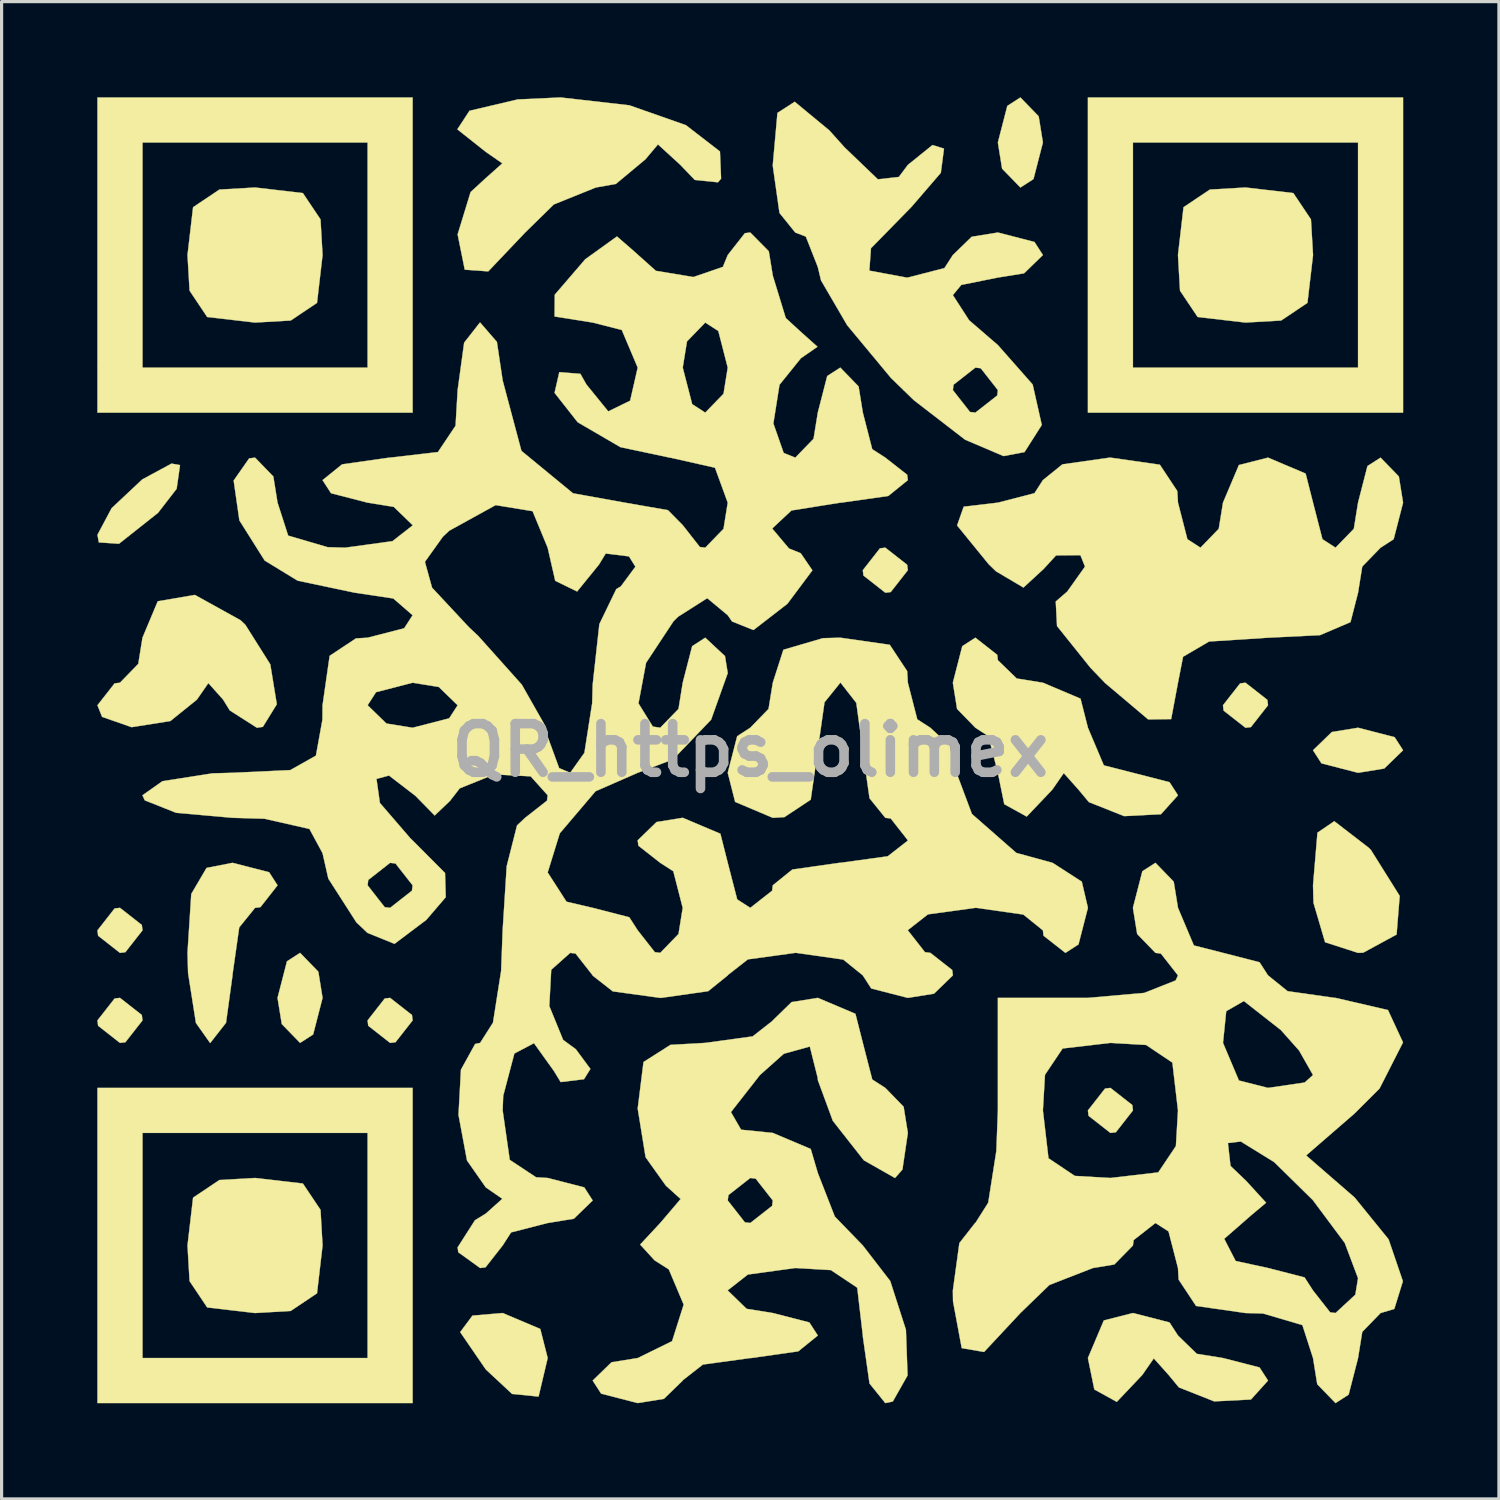
<source format=kicad_pcb>
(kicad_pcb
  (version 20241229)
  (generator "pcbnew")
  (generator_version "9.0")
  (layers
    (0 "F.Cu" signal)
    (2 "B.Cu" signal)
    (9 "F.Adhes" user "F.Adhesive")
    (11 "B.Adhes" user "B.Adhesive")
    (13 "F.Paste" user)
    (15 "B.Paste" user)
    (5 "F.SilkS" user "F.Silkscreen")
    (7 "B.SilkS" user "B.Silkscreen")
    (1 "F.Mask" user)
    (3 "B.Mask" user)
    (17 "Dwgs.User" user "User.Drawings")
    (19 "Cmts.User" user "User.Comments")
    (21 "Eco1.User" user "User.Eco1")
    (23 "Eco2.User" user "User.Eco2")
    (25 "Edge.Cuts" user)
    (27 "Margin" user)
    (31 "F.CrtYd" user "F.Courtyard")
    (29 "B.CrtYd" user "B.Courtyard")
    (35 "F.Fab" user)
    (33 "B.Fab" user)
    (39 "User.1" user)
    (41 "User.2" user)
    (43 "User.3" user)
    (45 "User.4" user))
  (footprint "QR_https_olimex"
    (layer "F.Cu")
    (at 20.466 20.466)
    (property "Reference" "QR_https_olimex" (at 0 0 0) (layer "F.Fab") (effects (font (size 1.524 1.524) (thickness 0.3))))
    (attr through_hole)
    (fp_poly (pts (xy -19.071 5.476) (xy -19.05 5.644) (xy -19.587 6.329) (xy -19.756 6.35) (xy -20.441 5.813) (xy -20.461 5.644) (xy -19.924 4.959) (xy -19.756 4.939) (xy -19.071 5.476)) (stroke (width 0.01) (type solid)) (fill yes) (layer "F.SilkS"))
    (fp_poly (pts (xy -19.071 8.298) (xy -19.05 8.467) (xy -19.587 9.152) (xy -19.756 9.172) (xy -20.441 8.635) (xy -20.461 8.467) (xy -19.924 7.782) (xy -19.756 7.761) (xy -19.071 8.298)) (stroke (width 0.01) (type solid)) (fill yes) (layer "F.SilkS"))
    (fp_poly (pts (xy -13.538 6.941) (xy -13.406 7.761) (xy -13.701 8.908) (xy -14.111 9.172) (xy -14.684 8.581) (xy -14.817 7.761) (xy -14.521 6.615) (xy -14.111 6.35) (xy -13.538 6.941)) (stroke (width 0.01) (type solid)) (fill yes) (layer "F.SilkS"))
    (fp_poly (pts (xy -10.604 8.298) (xy -10.583 8.467) (xy -11.12 9.152) (xy -11.289 9.172) (xy -11.974 8.635) (xy -11.994 8.467) (xy -11.458 7.782) (xy -11.289 7.761) (xy -10.604 8.298)) (stroke (width 0.01) (type solid)) (fill yes) (layer "F.SilkS"))
    (fp_poly (pts (xy -6.582 18.138) (xy -6.35 19.05) (xy -6.636 20.258) (xy -7.465 20.175) (xy -8.29 19.406) (xy -9.092 18.237) (xy -8.707 17.72) (xy -7.761 17.639) (xy -6.582 18.138)) (stroke (width 0.01) (type solid)) (fill yes) (layer "F.SilkS"))
    (fp_poly (pts (xy 4.918 -5.813) (xy 4.939 -5.644) (xy 4.402 -4.959) (xy 4.233 -4.939) (xy 3.548 -5.476) (xy 3.528 -5.644) (xy 4.065 -6.329) (xy 4.233 -6.35) (xy 4.918 -5.813)) (stroke (width 0.01) (type solid)) (fill yes) (layer "F.SilkS"))
    (fp_poly (pts (xy 9.04 -19.87) (xy 9.172 -19.05) (xy 8.877 -17.903) (xy 8.467 -17.639) (xy 7.893 -18.23) (xy 7.761 -19.05) (xy 8.057 -20.197) (xy 8.467 -20.461) (xy 9.04 -19.87)) (stroke (width 0.01) (type solid)) (fill yes) (layer "F.SilkS"))
    (fp_poly (pts (xy 11.974 11.12) (xy 11.994 11.289) (xy 11.458 11.974) (xy 11.289 11.994) (xy 10.604 11.458) (xy 10.583 11.289) (xy 11.12 10.604) (xy 11.289 10.583) (xy 11.974 11.12)) (stroke (width 0.01) (type solid)) (fill yes) (layer "F.SilkS"))
    (fp_poly (pts (xy 16.207 -1.58) (xy 16.228 -1.411) (xy 15.691 -0.726) (xy 15.522 -0.706) (xy 14.837 -1.242) (xy 14.817 -1.411) (xy 15.354 -2.096) (xy 15.522 -2.117) (xy 16.207 -1.58)) (stroke (width 0.01) (type solid)) (fill yes) (layer "F.SilkS"))
    (fp_poly (pts (xy 20.197 -0.41) (xy 20.461 0) (xy 19.87 0.573) (xy 19.05 0.706) (xy 17.903 0.41) (xy 17.639 0) (xy 18.23 -0.573) (xy 19.05 -0.706) (xy 20.197 -0.41)) (stroke (width 0.01) (type solid)) (fill yes) (layer "F.SilkS"))
    (fp_poly (pts (xy -17.874 -8.937) (xy -17.979 -8.197) (xy -18.563 -7.442) (xy -19.787 -6.473) (xy -20.418 -6.515) (xy -20.461 -6.753) (xy -20.017 -7.588) (xy -19.057 -8.489) (xy -18.139 -8.985) (xy -17.874 -8.937)) (stroke (width 0.01) (type solid)) (fill yes) (layer "F.SilkS"))
    (fp_poly (pts (xy -10.583 -10.583) (xy -20.461 -10.583) (xy -20.461 -19.05) (xy -19.05 -19.05) (xy -19.05 -11.994) (xy -11.994 -11.994) (xy -11.994 -19.05) (xy -19.05 -19.05) (xy -20.461 -19.05) (xy -20.461 -20.461) (xy -10.583 -20.461) (xy -10.583 -10.583)) (stroke (width 0.01) (type solid)) (fill yes) (layer "F.SilkS"))
    (fp_poly (pts (xy -10.583 20.461) (xy -20.461 20.461) (xy -20.461 11.994) (xy -19.05 11.994) (xy -19.05 19.05) (xy -11.994 19.05) (xy -11.994 11.994) (xy -19.05 11.994) (xy -20.461 11.994) (xy -20.461 10.583) (xy -10.583 10.583) (xy -10.583 20.461)) (stroke (width 0.01) (type solid)) (fill yes) (layer "F.SilkS"))
    (fp_poly (pts (xy 19.386 3.057) (xy 19.453 3.125) (xy 20.355 4.565) (xy 20.258 5.775) (xy 19.212 6.344) (xy 19.05 6.35) (xy 18.017 6.017) (xy 17.653 4.78) (xy 17.639 4.233) (xy 17.778 2.583) (xy 18.305 2.224) (xy 19.386 3.057)) (stroke (width 0.01) (type solid)) (fill yes) (layer "F.SilkS"))
    (fp_poly (pts (xy 20.461 -10.583) (xy 10.583 -10.583) (xy 10.583 -19.05) (xy 11.994 -19.05) (xy 11.994 -11.994) (xy 19.05 -11.994) (xy 19.05 -19.05) (xy 11.994 -19.05) (xy 10.583 -19.05) (xy 10.583 -20.461) (xy 20.461 -20.461) (xy 20.461 -10.583)) (stroke (width 0.01) (type solid)) (fill yes) (layer "F.SilkS"))
    (fp_poly (pts (xy -14.023 -17.464) (xy -13.47 -16.639) (xy -13.406 -15.522) (xy -13.58 -14.023) (xy -14.405 -13.47) (xy -15.522 -13.406) (xy -17.021 -13.58) (xy -17.574 -14.405) (xy -17.639 -15.522) (xy -17.464 -17.021) (xy -16.639 -17.574) (xy -15.522 -17.639) (xy -14.023 -17.464)) (stroke (width 0.01) (type solid)) (fill yes) (layer "F.SilkS"))
    (fp_poly (pts (xy -14.023 13.58) (xy -13.47 14.405) (xy -13.406 15.522) (xy -13.58 17.021) (xy -14.405 17.574) (xy -15.522 17.639) (xy -17.021 17.464) (xy -17.574 16.639) (xy -17.639 15.522) (xy -17.464 14.023) (xy -16.639 13.47) (xy -15.522 13.406) (xy -14.023 13.58)) (stroke (width 0.01) (type solid)) (fill yes) (layer "F.SilkS"))
    (fp_poly (pts (xy 17.021 -17.464) (xy 17.574 -16.639) (xy 17.639 -15.522) (xy 17.464 -14.023) (xy 16.639 -13.47) (xy 15.522 -13.406) (xy 14.023 -13.58) (xy 13.47 -14.405) (xy 13.406 -15.522) (xy 13.58 -17.021) (xy 14.405 -17.574) (xy 15.522 -17.639) (xy 17.021 -17.464)) (stroke (width 0.01) (type solid)) (fill yes) (layer "F.SilkS"))
    (fp_poly (pts (xy -15.081 3.823) (xy -14.817 4.233) (xy -15.354 4.918) (xy -15.522 4.939) (xy -16.018 5.552) (xy -16.228 7.029) (xy -16.228 7.056) (xy -16.432 8.542) (xy -16.925 9.172) (xy -16.933 9.172) (xy -17.375 8.546) (xy -17.621 6.983) (xy -17.639 6.35) (xy -17.521 4.504) (xy -17.042 3.688) (xy -16.228 3.528) (xy -15.081 3.823)) (stroke (width 0.01) (type solid)) (fill yes) (layer "F.SilkS"))
    (fp_poly (pts (xy 13.141 17.934) (xy 13.406 18.344) (xy 13.996 18.918) (xy 14.817 19.05) (xy 15.963 19.345) (xy 16.228 19.756) (xy 15.694 20.349) (xy 14.541 20.408) (xy 13.435 19.97) (xy 13.112 19.579) (xy 12.648 19.06) (xy 12.288 19.579) (xy 11.488 20.423) (xy 10.784 20.034) (xy 10.583 19.05) (xy 11.082 17.871) (xy 11.994 17.639) (xy 13.141 17.934)) (stroke (width 0.01) (type solid)) (fill yes) (layer "F.SilkS"))
    (fp_poly (pts (xy -15.974 -4.074) (xy -15.825 -3.931) (xy -15.044 -2.692) (xy -14.84 -1.442) (xy -15.277 -0.734) (xy -15.463 -0.706) (xy -16.314 -1.249) (xy -16.522 -1.587) (xy -16.985 -2.106) (xy -17.345 -1.587) (xy -18.177 -0.916) (xy -19.391 -0.724) (xy -20.316 -1.047) (xy -20.461 -1.411) (xy -19.924 -2.096) (xy -19.756 -2.117) (xy -19.182 -2.708) (xy -19.05 -3.528) (xy -18.571 -4.67) (xy -17.409 -4.869) (xy -15.974 -4.074)) (stroke (width 0.01) (type solid)) (fill yes) (layer "F.SilkS"))
    (fp_poly (pts (xy -3.789 -20.215) (xy -2.016 -19.592) (xy -0.95 -18.768) (xy -0.915 -17.916) (xy -1.013 -17.802) (xy -1.738 -17.876) (xy -2.209 -18.365) (xy -2.893 -18.99) (xy -3.288 -18.521) (xy -4.213 -17.751) (xy -4.842 -17.639) (xy -6.158 -17.108) (xy -7.056 -16.228) (xy -8.213 -15.01) (xy -8.949 -15.063) (xy -9.172 -16.169) (xy -8.765 -17.497) (xy -8.29 -17.933) (xy -7.771 -18.396) (xy -8.29 -18.756) (xy -9.181 -19.462) (xy -8.801 -20.043) (xy -7.29 -20.399) (xy -5.947 -20.461) (xy -3.789 -20.215)) (stroke (width 0.01) (type solid)) (fill yes) (layer "F.SilkS"))
    (fp_poly (pts (xy 7.741 -2.991) (xy 7.761 -2.822) (xy 8.352 -2.249) (xy 9.172 -2.117) (xy 10.351 -1.618) (xy 10.583 -0.706) (xy 11.082 0.474) (xy 11.994 0.706) (xy 13.141 1.001) (xy 13.406 1.411) (xy 12.872 2.005) (xy 11.718 2.064) (xy 10.613 1.625) (xy 10.289 1.235) (xy 9.826 0.716) (xy 9.466 1.235) (xy 8.665 2.078) (xy 7.961 1.69) (xy 7.761 0.706) (xy 7.466 -0.441) (xy 7.056 -0.706) (xy 6.482 -1.296) (xy 6.35 -2.117) (xy 6.645 -3.263) (xy 7.056 -3.528) (xy 7.741 -2.991)) (stroke (width 0.01) (type solid)) (fill yes) (layer "F.SilkS"))
    (fp_poly (pts (xy 20.329 -8.581) (xy 20.461 -7.761) (xy 20.166 -6.615) (xy 19.756 -6.35) (xy 19.182 -5.759) (xy 19.05 -4.939) (xy 18.813 -4.016) (xy 17.857 -3.608) (xy 16.228 -3.528) (xy 14.381 -3.409) (xy 13.565 -2.931) (xy 13.406 -2.117) (xy 13.192 -0.977) (xy 12.472 -0.967) (xy 11.124 -2.106) (xy 10.662 -2.587) (xy 9.615 -3.893) (xy 9.575 -4.663) (xy 9.936 -4.975) (xy 10.492 -5.757) (xy 10.348 -6.115) (xy 9.584 -6.108) (xy 9.198 -5.686) (xy 8.562 -5.1) (xy 7.701 -5.61) (xy 7.472 -5.832) (xy 6.483 -7.046) (xy 6.69 -7.635) (xy 7.761 -7.761) (xy 8.908 -8.057) (xy 9.172 -8.467) (xy 9.785 -8.962) (xy 11.263 -9.172) (xy 11.289 -9.172) (xy 12.838 -8.95) (xy 13.384 -8.125) (xy 13.406 -7.761) (xy 13.701 -6.615) (xy 14.111 -6.35) (xy 14.684 -6.941) (xy 14.817 -7.761) (xy 15.316 -8.94) (xy 16.228 -9.172) (xy 17.407 -8.673) (xy 17.639 -7.761) (xy 17.934 -6.615) (xy 18.344 -6.35) (xy 18.918 -6.941) (xy 19.05 -7.761) (xy 19.345 -8.908) (xy 19.756 -9.172) (xy 20.329 -8.581)) (stroke (width 0.01) (type solid)) (fill yes) (layer "F.SilkS"))
    (fp_poly (pts (xy 2.479 -19.428) (xy 2.956 -18.896) (xy 4 -17.895) (xy 4.657 -17.97) (xy 4.94 -18.347) (xy 5.712 -18.97) (xy 6.072 -18.858) (xy 5.973 -18.1) (xy 5.052 -17.031) (xy 3.783 -15.735) (xy 3.732 -15.033) (xy 4.893 -14.817) (xy 4.939 -14.817) (xy 6.085 -15.112) (xy 6.35 -15.522) (xy 6.941 -16.095) (xy 7.761 -16.228) (xy 8.908 -15.932) (xy 9.172 -15.522) (xy 8.581 -14.949) (xy 7.761 -14.817) (xy 6.614 -14.586) (xy 6.35 -14.267) (xy 6.859 -13.478) (xy 7.761 -12.7) (xy 8.851 -11.464) (xy 9.137 -10.196) (xy 8.596 -9.346) (xy 7.938 -9.221) (xy 6.734 -9.734) (xy 5.126 -10.974) (xy 4.802 -11.289) (xy 6.35 -11.289) (xy 6.887 -10.604) (xy 7.056 -10.583) (xy 7.741 -11.12) (xy 7.761 -11.289) (xy 7.224 -11.974) (xy 7.056 -11.994) (xy 6.371 -11.458) (xy 6.35 -11.289) (xy 4.802 -11.289) (xy 4.41 -11.67) (xy 3.037 -13.323) (xy 2.218 -14.727) (xy 2.117 -15.149) (xy 1.742 -16.101) (xy 1.411 -16.228) (xy 0.916 -16.841) (xy 0.706 -18.318) (xy 0.706 -18.344) (xy 0.852 -19.977) (xy 1.393 -20.326) (xy 2.479 -19.428)) (stroke (width 0.01) (type solid)) (fill yes) (layer "F.SilkS"))
    (fp_poly (pts (xy 3.296 8.26) (xy 3.528 9.172) (xy 3.823 10.319) (xy 4.233 10.583) (xy 4.807 11.174) (xy 4.939 11.994) (xy 4.769 13.143) (xy 4.536 13.406) (xy 3.559 12.851) (xy 2.588 11.615) (xy 2.118 10.338) (xy 2.117 10.281) (xy 1.867 9.286) (xy 1.052 9.512) (xy 0.302 10.18) (xy -0.606 11.341) (xy -0.288 11.893) (xy 0.706 11.994) (xy 1.895 12.497) (xy 2.117 13.25) (xy 2.649 14.614) (xy 3.528 15.522) (xy 4.387 16.636) (xy 4.879 18.165) (xy 4.93 19.595) (xy 4.467 20.412) (xy 4.233 20.461) (xy 3.738 19.848) (xy 3.528 18.371) (xy 3.528 18.344) (xy 3.353 16.845) (xy 2.528 16.293) (xy 1.411 16.228) (xy -0.075 16.432) (xy -0.705 16.925) (xy -0.706 16.933) (xy -0.115 17.507) (xy 0.706 17.639) (xy 1.852 17.934) (xy 2.117 18.344) (xy 1.504 18.84) (xy 0.026 19.05) (xy 0 19.05) (xy -1.486 19.254) (xy -2.117 19.747) (xy -2.117 19.756) (xy -2.708 20.329) (xy -3.528 20.461) (xy -4.674 20.166) (xy -4.939 19.756) (xy -4.348 19.182) (xy -3.528 19.05) (xy -2.45 18.521) (xy -2.087 17.375) (xy -2.553 16.271) (xy -2.999 15.988) (xy -3.451 15.493) (xy -2.822 14.817) (xy -2.221 14.111) (xy -0.706 14.111) (xy -0.169 14.796) (xy 0 14.817) (xy 0.685 14.28) (xy 0.706 14.111) (xy 0.169 13.426) (xy 0 13.406) (xy -0.685 13.942) (xy -0.706 14.111) (xy -2.221 14.111) (xy -2.182 14.065) (xy -2.646 13.646) (xy -3.281 12.755) (xy -3.528 11.23) (xy -3.346 9.771) (xy -2.502 9.234) (xy -1.411 9.172) (xy 0.075 8.968) (xy 0.705 8.475) (xy 0.706 8.467) (xy 1.296 7.893) (xy 2.117 7.761) (xy 3.296 8.26)) (stroke (width 0.01) (type solid)) (fill yes) (layer "F.SilkS"))
    (fp_poly (pts (xy 13.273 4.119) (xy 13.406 4.939) (xy 13.904 6.118) (xy 14.817 6.35) (xy 15.963 6.645) (xy 16.228 7.056) (xy 16.841 7.551) (xy 18.318 7.761) (xy 18.344 7.761) (xy 19.988 8.143) (xy 20.459 9.157) (xy 19.723 10.603) (xy 18.942 11.383) (xy 17.423 12.7) (xy 18.942 14.017) (xy 20.007 15.329) (xy 20.455 16.643) (xy 20.186 17.511) (xy 19.756 17.639) (xy 19.182 18.23) (xy 19.05 19.05) (xy 18.755 20.197) (xy 18.344 20.461) (xy 17.771 19.87) (xy 17.639 19.05) (xy 17.306 18.017) (xy 16.069 17.653) (xy 15.522 17.639) (xy 13.973 17.417) (xy 13.427 16.592) (xy 13.406 16.228) (xy 13.17 15.313) (xy 14.855 15.313) (xy 15.214 16.008) (xy 16.228 16.228) (xy 17.374 16.523) (xy 17.639 16.933) (xy 18.176 17.618) (xy 18.344 17.639) (xy 18.965 17.065) (xy 19.05 16.548) (xy 18.633 15.441) (xy 17.632 14.098) (xy 16.422 12.909) (xy 15.376 12.263) (xy 14.971 12.311) (xy 15.052 13.028) (xy 15.543 13.498) (xy 16.168 14.182) (xy 15.699 14.576) (xy 14.855 15.313) (xy 13.17 15.313) (xy 13.11 15.081) (xy 12.7 14.817) (xy 12.015 15.354) (xy 11.994 15.522) (xy 11.411 16.117) (xy 10.739 16.228) (xy 9.375 16.76) (xy 8.467 17.639) (xy 7.328 18.859) (xy 6.628 18.739) (xy 6.355 17.273) (xy 6.35 16.933) (xy 6.554 15.447) (xy 7.047 14.817) (xy 7.056 14.817) (xy 7.458 14.182) (xy 7.713 12.56) (xy 7.761 11.289) (xy 9.172 11.289) (xy 9.347 12.788) (xy 10.172 13.341) (xy 11.289 13.406) (xy 12.788 13.231) (xy 13.341 12.406) (xy 13.406 11.289) (xy 13.231 9.79) (xy 12.406 9.237) (xy 11.289 9.172) (xy 14.817 9.172) (xy 15.316 10.351) (xy 16.228 10.583) (xy 17.376 10.414) (xy 17.639 10.18) (xy 17.201 9.41) (xy 16.631 8.769) (xy 15.471 7.86) (xy 14.918 8.178) (xy 14.817 9.172) (xy 11.289 9.172) (xy 9.79 9.347) (xy 9.237 10.172) (xy 9.172 11.289) (xy 7.761 11.289) (xy 7.761 7.761) (xy 10.583 7.761) (xy 12.351 7.605) (xy 13.334 7.214) (xy 13.406 7.056) (xy 12.869 6.371) (xy 12.7 6.35) (xy 12.127 5.759) (xy 11.994 4.939) (xy 12.29 3.792) (xy 12.7 3.528) (xy 13.273 4.119)) (stroke (width 0.01) (type solid)) (fill yes) (layer "F.SilkS"))
    (fp_poly (pts (xy 0.581 -15.64) (xy 0.706 -14.875) (xy 1.112 -13.548) (xy 1.587 -13.112) (xy 2.106 -12.648) (xy 1.587 -12.288) (xy 0.916 -11.456) (xy 0.724 -10.243) (xy 1.047 -9.318) (xy 1.411 -9.172) (xy 1.984 -9.763) (xy 2.117 -10.583) (xy 2.412 -11.73) (xy 2.822 -11.994) (xy 3.395 -11.404) (xy 3.528 -10.583) (xy 3.823 -9.437) (xy 4.233 -9.172) (xy 4.918 -8.635) (xy 4.939 -8.467) (xy 4.326 -7.971) (xy 2.849 -7.761) (xy 2.822 -7.761) (xy 1.29 -7.516) (xy 0.687 -6.951) (xy 1.214 -6.324) (xy 1.581 -6.176) (xy 1.947 -5.64) (xy 1.164 -4.591) (xy 0.101 -3.769) (xy -0.571 -4.037) (xy -0.706 -4.233) (xy -1.349 -4.767) (xy -2.262 -4.186) (xy -2.405 -4.045) (xy -3.266 -2.741) (xy -3.504 -1.469) (xy -3.054 -0.742) (xy -2.822 -0.706) (xy -2.249 -1.296) (xy -2.117 -2.117) (xy -1.821 -3.263) (xy -1.411 -3.528) (xy -0.793 -2.953) (xy -0.706 -2.419) (xy -1.228 -0.957) (xy -2.42 0.286) (xy -3.528 0.706) (xy -4.849 1.284) (xy -5.971 2.604) (xy -6.35 3.83) (xy -5.76 4.747) (xy -4.939 4.939) (xy -3.792 5.234) (xy -3.528 5.644) (xy -2.991 6.329) (xy -2.822 6.35) (xy -2.249 5.759) (xy -2.117 4.939) (xy -2.412 3.792) (xy -2.822 3.528) (xy -3.507 2.991) (xy -3.528 2.822) (xy -2.937 2.249) (xy -2.117 2.117) (xy -0.937 2.616) (xy -0.706 3.528) (xy -0.41 4.674) (xy 0 4.939) (xy 0.685 4.402) (xy 0.706 4.233) (xy 1.319 3.738) (xy 2.796 3.528) (xy 2.822 3.528) (xy 4.308 3.323) (xy 4.939 2.831) (xy 4.939 2.822) (xy 4.402 2.137) (xy 4.233 2.117) (xy 3.738 1.504) (xy 3.528 0.026) (xy 3.528 0) (xy 3.323 -1.486) (xy 2.831 -2.117) (xy 2.822 -2.117) (xy 2.327 -1.504) (xy 2.117 -0.026) (xy 2.117 0) (xy 1.895 1.549) (xy 1.07 2.095) (xy 0.706 2.117) (xy -0.474 1.618) (xy -0.706 0.706) (xy -0.41 -0.441) (xy 0 -0.706) (xy 0.573 -1.296) (xy 0.706 -2.117) (xy 1.038 -3.15) (xy 2.276 -3.513) (xy 2.822 -3.528) (xy 4.372 -3.306) (xy 4.917 -2.481) (xy 4.939 -2.117) (xy 5.234 -0.97) (xy 5.644 -0.706) (xy 6.262 -0.131) (xy 6.35 0.403) (xy 6.947 1.997) (xy 8.339 3.217) (xy 9.475 3.528) (xy 10.391 4.118) (xy 10.583 4.939) (xy 10.288 6.085) (xy 9.878 6.35) (xy 9.193 5.813) (xy 9.172 5.644) (xy 8.559 5.149) (xy 7.082 4.939) (xy 7.056 4.939) (xy 5.569 5.143) (xy 4.939 5.636) (xy 4.939 5.644) (xy 5.476 6.329) (xy 5.644 6.35) (xy 6.329 6.887) (xy 6.35 7.056) (xy 5.759 7.629) (xy 4.939 7.761) (xy 3.792 7.466) (xy 3.528 7.056) (xy 2.915 6.56) (xy 1.437 6.35) (xy 1.411 6.35) (xy -0.075 6.554) (xy -0.705 7.047) (xy -0.706 7.056) (xy -1.319 7.551) (xy -2.796 7.761) (xy -2.822 7.761) (xy -4.308 7.557) (xy -4.939 7.064) (xy -4.939 7.056) (xy -5.476 6.371) (xy -5.644 6.35) (xy -6.239 6.881) (xy -6.299 8.018) (xy -5.866 9.078) (xy -5.468 9.37) (xy -5.011 9.988) (xy -5.212 10.31) (xy -5.942 10.4) (xy -6.153 10.054) (xy -6.779 9.181) (xy -7.394 9.505) (xy -7.744 10.832) (xy -7.761 11.289) (xy -7.539 12.838) (xy -6.714 13.384) (xy -6.35 13.406) (xy -5.203 13.701) (xy -4.939 14.111) (xy -5.53 14.684) (xy -6.35 14.817) (xy -7.497 15.112) (xy -7.761 15.522) (xy -8.298 16.207) (xy -8.467 16.228) (xy -9.152 15.734) (xy -9.172 15.581) (xy -8.629 14.731) (xy -8.29 14.523) (xy -7.771 14.059) (xy -8.29 13.7) (xy -8.878 12.859) (xy -9.145 11.429) (xy -9.068 10.011) (xy -8.624 9.207) (xy -8.467 9.172) (xy -8.064 8.538) (xy -7.809 6.915) (xy -7.761 5.644) (xy -7.634 3.632) (xy -7.31 2.355) (xy -7.056 2.117) (xy -6.371 1.58) (xy -6.35 1.411) (xy -6.882 0.817) (xy -8.026 0.757) (xy -9.107 1.193) (xy -9.412 1.587) (xy -9.892 2.044) (xy -10.491 1.432) (xy -11.323 0.792) (xy -11.716 0.898) (xy -11.609 1.651) (xy -10.648 2.766) (xy -10.619 2.791) (xy -9.567 3.847) (xy -9.545 4.605) (xy -10.153 5.315) (xy -11.151 6.067) (xy -11.999 5.723) (xy -12.347 5.392) (xy -13.09 4.233) (xy -11.994 4.233) (xy -11.458 4.918) (xy -11.289 4.939) (xy -10.604 4.402) (xy -10.583 4.233) (xy -11.12 3.548) (xy -11.289 3.528) (xy -11.974 4.065) (xy -11.994 4.233) (xy -13.09 4.233) (xy -13.225 4.023) (xy -13.406 3.225) (xy -13.817 2.466) (xy -15.227 2.146) (xy -16.228 2.117) (xy -17.995 1.96) (xy -18.978 1.569) (xy -19.05 1.411) (xy -18.424 0.969) (xy -16.86 0.724) (xy -16.228 0.706) (xy -14.418 0.622) (xy -13.614 0.169) (xy -13.41 -0.957) (xy -13.406 -1.411) (xy -11.994 -1.411) (xy -11.404 -0.838) (xy -10.583 -0.706) (xy -9.437 -1.001) (xy -9.172 -1.411) (xy -9.763 -1.984) (xy -10.583 -2.117) (xy -11.73 -1.821) (xy -11.994 -1.411) (xy -13.406 -1.411) (xy -13.184 -2.96) (xy -12.359 -3.506) (xy -11.994 -3.528) (xy -10.848 -3.823) (xy -10.583 -4.233) (xy -11.189 -4.758) (xy -12.398 -4.939) (xy -14.188 -5.316) (xy -15.153 -5.906) (xy -10.198 -5.906) (xy -9.974 -5.096) (xy -8.822 -3.861) (xy -8.529 -3.586) (xy -7.162 -2.058) (xy -6.404 -0.723) (xy -6.35 -0.422) (xy -5.99 0.56) (xy -5.644 0.706) (xy -5.199 0.08) (xy -4.955 -1.477) (xy -4.939 -2.058) (xy -4.73 -3.954) (xy -4.199 -5.052) (xy -4.057 -5.136) (xy -3.6 -5.754) (xy -3.801 -6.077) (xy -4.531 -6.167) (xy -4.742 -5.821) (xy -5.427 -4.977) (xy -6.113 -5.312) (xy -6.35 -6.35) (xy -6.823 -7.494) (xy -7.982 -7.684) (xy -9.437 -6.881) (xy -9.637 -6.691) (xy -10.198 -5.906) (xy -15.153 -5.906) (xy -15.22 -5.947) (xy -16.013 -7.206) (xy -16.192 -8.454) (xy -15.707 -9.148) (xy -15.522 -9.172) (xy -14.949 -8.581) (xy -14.817 -7.761) (xy -14.484 -6.728) (xy -13.246 -6.365) (xy -12.7 -6.35) (xy -11.214 -6.554) (xy -10.583 -7.047) (xy -10.583 -7.056) (xy -11.174 -7.629) (xy -11.994 -7.761) (xy -13.141 -8.057) (xy -13.406 -8.467) (xy -12.792 -8.962) (xy -11.315 -9.172) (xy -11.289 -9.172) (xy -9.79 -9.347) (xy -9.237 -10.172) (xy -9.172 -11.289) (xy -8.968 -12.775) (xy -8.475 -13.405) (xy -8.467 -13.406) (xy -7.942 -12.8) (xy -7.761 -11.591) (xy -7.173 -9.384) (xy -5.556 -8.054) (xy -3.931 -7.761) (xy -2.581 -7.526) (xy -2.117 -7.056) (xy -1.58 -6.371) (xy -1.411 -6.35) (xy -0.838 -6.941) (xy -0.706 -7.761) (xy -1.106 -8.856) (xy -2.506 -9.172) (xy -2.52 -9.172) (xy -4.07 -9.501) (xy -5.409 -10.281) (xy -6.134 -11.203) (xy -5.985 -11.852) (xy -5.325 -11.798) (xy -5.136 -11.465) (xy -4.451 -10.621) (xy -3.765 -10.957) (xy -3.528 -11.994) (xy -2.117 -11.994) (xy -1.821 -10.848) (xy -1.411 -10.583) (xy -0.838 -11.174) (xy -0.706 -11.994) (xy -1.001 -13.141) (xy -1.411 -13.406) (xy -1.984 -12.815) (xy -2.117 -11.994) (xy -3.528 -11.994) (xy -4.027 -13.174) (xy -4.939 -13.406) (xy -6.133 -13.596) (xy -6.128 -14.278) (xy -5.172 -15.39) (xy -4.179 -16.104) (xy -3.702 -15.692) (xy -2.959 -15.027) (xy -1.782 -14.833) (xy -0.858 -15.151) (xy -0.706 -15.522) (xy -0.169 -16.207) (xy 0 -16.228) (xy 0.581 -15.64)) (stroke (width 0.01) (type solid)) (fill yes) (layer "F.SilkS")))
  (gr_rect
    (start -3 -3)
    (end 43.932 43.932)
    (stroke (width 0.1) (type default))
    (fill no)
    (layer "Edge.Cuts")))
</source>
